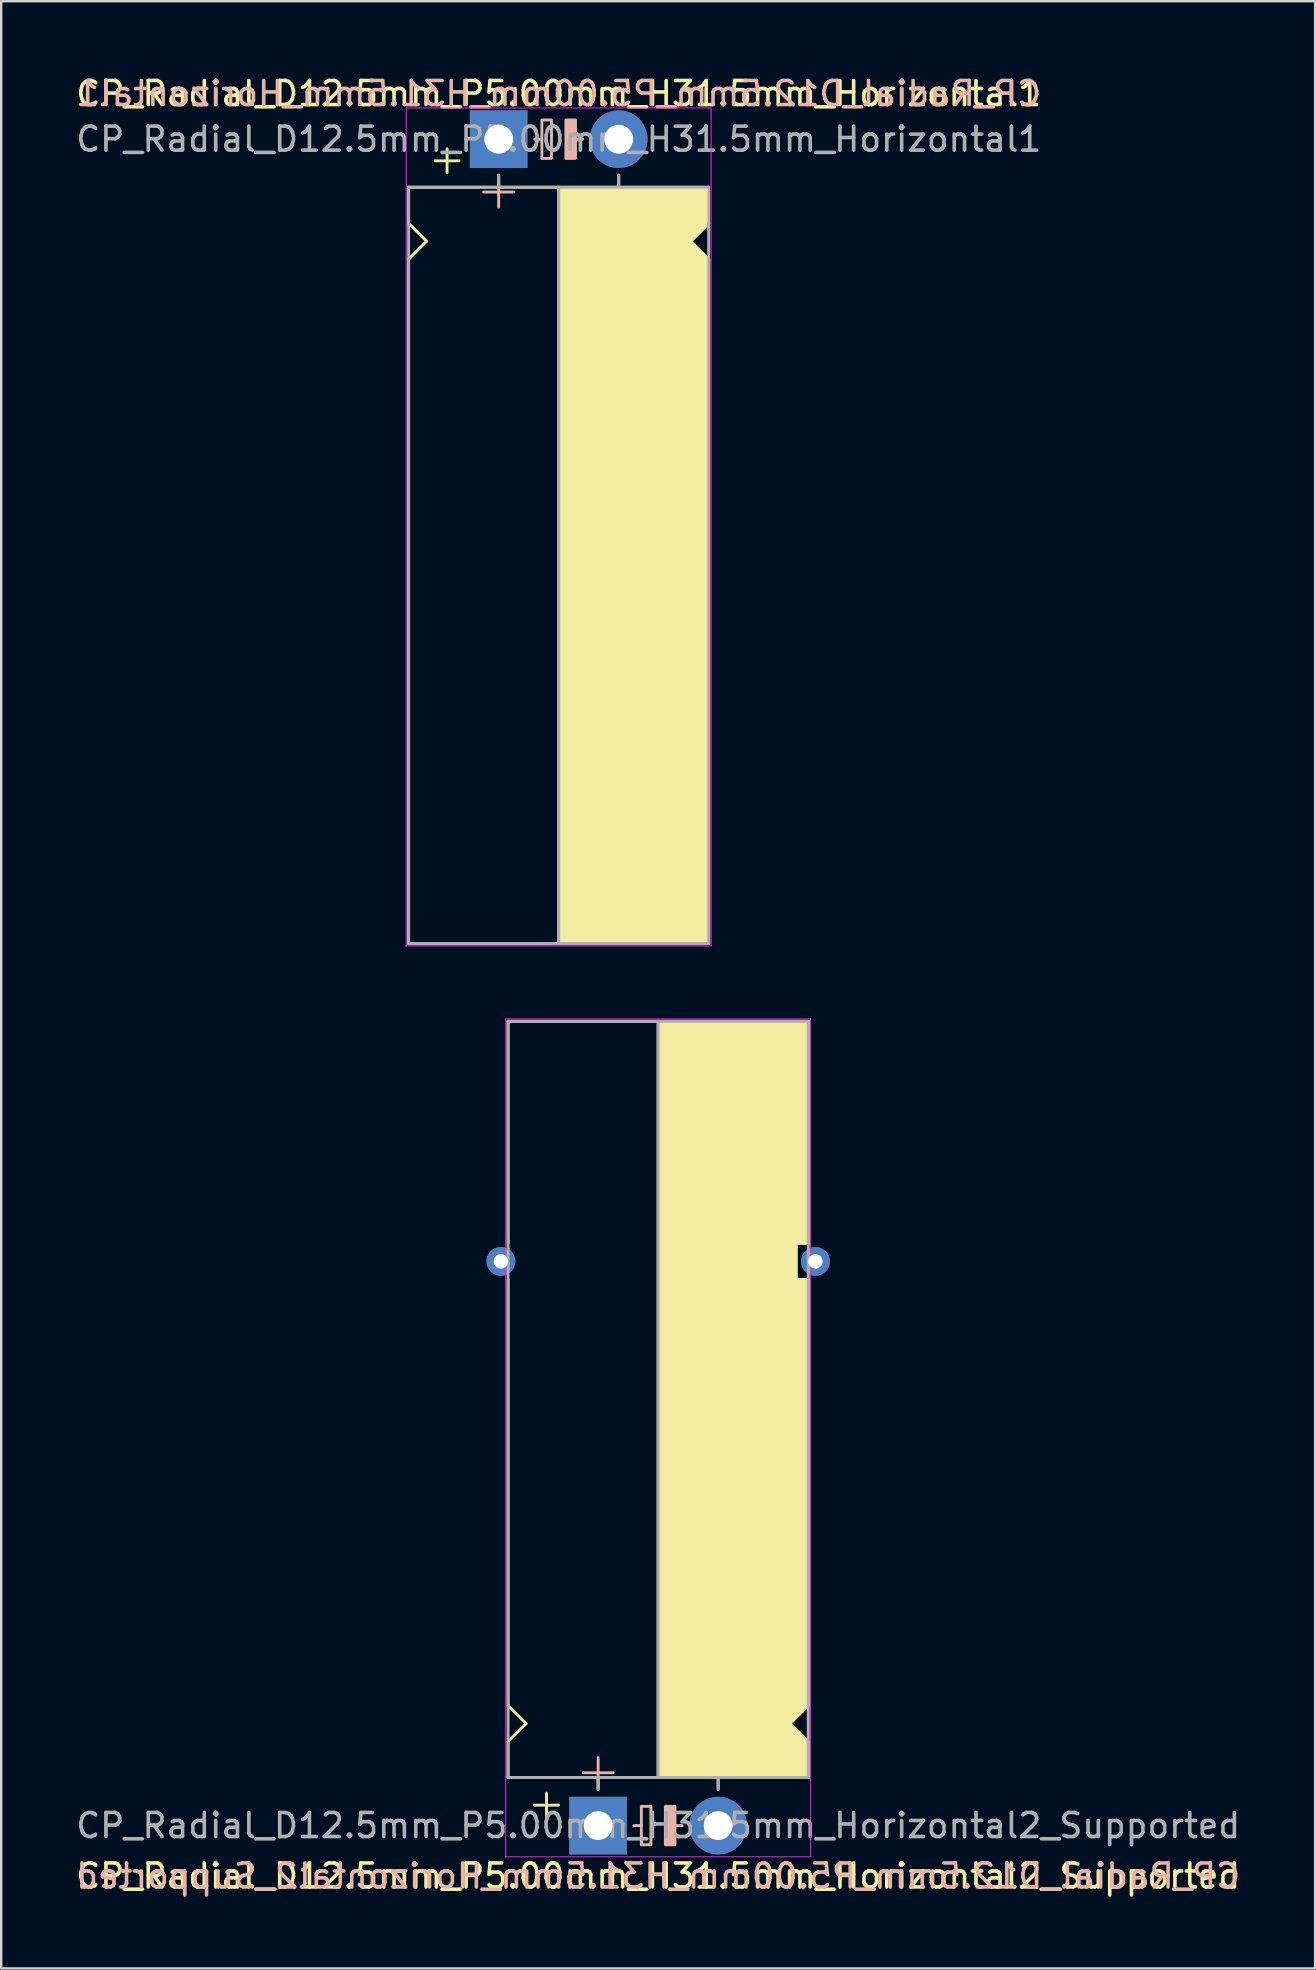
<source format=kicad_pcb>
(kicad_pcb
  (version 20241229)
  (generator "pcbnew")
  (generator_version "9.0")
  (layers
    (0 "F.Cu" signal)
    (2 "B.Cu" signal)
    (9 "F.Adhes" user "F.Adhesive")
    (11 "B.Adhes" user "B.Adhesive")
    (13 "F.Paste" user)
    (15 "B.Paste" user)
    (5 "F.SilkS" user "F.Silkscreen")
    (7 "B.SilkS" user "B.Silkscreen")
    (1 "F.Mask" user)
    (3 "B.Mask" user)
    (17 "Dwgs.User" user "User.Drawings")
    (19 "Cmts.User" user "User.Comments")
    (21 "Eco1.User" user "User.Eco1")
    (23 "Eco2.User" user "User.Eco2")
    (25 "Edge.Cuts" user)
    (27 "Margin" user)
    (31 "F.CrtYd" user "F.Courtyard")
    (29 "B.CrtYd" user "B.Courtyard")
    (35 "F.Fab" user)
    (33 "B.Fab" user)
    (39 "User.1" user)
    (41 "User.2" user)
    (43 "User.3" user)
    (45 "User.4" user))
  (footprint "CP_Radial_D12.5mm_P5.00mm_H31.5mm_Horizontal2_Supported"
    (layer "F.Cu")
    (at 21.863 72.988)
    (property "Reference" "CP_Radial_D12.5mm_P5.00mm_H31.5mm_Horizontal2_Supported" (at 2.5 2.1 180) (layer "F.SilkS") (effects (font (size 1 1) (thickness 0.15))))
    (fp_line (start -3.75 -33.5) (end -3.75 -24.25) (stroke (width 0.12) (type solid)) (layer "F.SilkS"))
    (fp_line (start -3.75 -5) (end -3.75 -22.75) (stroke (width 0.12) (type solid)) (layer "F.SilkS"))
    (fp_line (start -3.75 -3.5) (end -3 -4.25) (stroke (width 0.12) (type solid)) (layer "F.SilkS"))
    (fp_line (start -3.75 -2) (end -3.75 -3.5) (stroke (width 0.12) (type solid)) (layer "F.SilkS"))
    (fp_line (start -3 -4.25) (end -3.75 -5) (stroke (width 0.12) (type solid)) (layer "F.SilkS"))
    (fp_line (start -2.15 -1.35) (end -2.15 -0.35) (stroke (width 0.12) (type solid)) (layer "F.SilkS"))
    (fp_line (start -1.65 -0.85) (end -2.65 -0.85) (stroke (width 0.12) (type solid)) (layer "F.SilkS"))
    (fp_line (start 0 -1.5) (end 0 -2) (stroke (width 0.12) (type solid)) (layer "F.SilkS"))
    (fp_line (start 2.5 -2) (end -3.75 -2) (stroke (width 0.12) (type solid)) (layer "F.SilkS"))
    (fp_line (start 2.5 -2) (end 2.5 -33.5) (stroke (width 0.12) (type solid)) (layer "F.SilkS"))
    (fp_line (start 2.5 -2) (end 8.75 -2) (stroke (width 0.12) (type solid)) (layer "F.SilkS"))
    (fp_line (start 5 -1.5) (end 5 -2) (stroke (width 0.12) (type solid)) (layer "F.SilkS"))
    (fp_line (start 8 -4.25) (end 8.75 -5) (stroke (width 0.12) (type solid)) (layer "F.SilkS"))
    (fp_line (start 8.25 -24.25) (end 8.25 -22.75) (stroke (width 0.12) (type solid)) (layer "F.SilkS"))
    (fp_line (start 8.25 -22.75) (end 8.75 -22.75) (stroke (width 0.12) (type solid)) (layer "F.SilkS"))
    (fp_line (start 8.75 -33.5) (end -3.75 -33.5) (stroke (width 0.12) (type solid)) (layer "F.SilkS"))
    (fp_line (start 8.75 -33.5) (end 8.75 -24.25) (stroke (width 0.12) (type solid)) (layer "F.SilkS"))
    (fp_line (start 8.75 -24.25) (end 8.25 -24.25) (stroke (width 0.12) (type solid)) (layer "F.SilkS"))
    (fp_line (start 8.75 -5) (end 8.75 -22.75) (stroke (width 0.12) (type solid)) (layer "F.SilkS"))
    (fp_line (start 8.75 -3.5) (end 8 -4.25) (stroke (width 0.12) (type solid)) (layer "F.SilkS"))
    (fp_line (start 8.75 -2) (end 8.75 -3.5) (stroke (width 0.12) (type solid)) (layer "F.SilkS"))
    (fp_poly (pts (xy 8.75 -3.5) (xy 8 -4.25) (xy 8.75 -5) (xy 8.75 -22.75) (xy 8.25 -22.75) (xy 8.25 -24.25) (xy 8.75 -24.25) (xy 8.75 -33.5) (xy 2.5 -33.5) (xy 2.5 -2) (xy 8.75 -2)) (stroke (width 0.1) (type solid)) (fill yes) (layer "F.SilkS"))
    (fp_line (start 0 -2.825) (end 0 -1.575) (stroke (width 0.12) (type solid)) (layer "B.SilkS"))
    (fp_line (start 0.625 -2.2) (end -0.625 -2.2) (stroke (width 0.12) (type solid)) (layer "B.SilkS"))
    (fp_line (start 1.8 0) (end 1.5 0) (stroke (width 0.12) (type solid)) (layer "B.SilkS"))
    (fp_line (start 3.5 0) (end 3.2 0) (stroke (width 0.12) (type solid)) (layer "B.SilkS"))
    (fp_rect (start 2.2 -0.8) (end 1.8 0.8) (stroke (width 0.12) (type solid)) (fill no) (layer "B.SilkS"))
    (fp_rect (start 3.2 -0.8) (end 2.8 0.8) (stroke (width 0.12) (type solid)) (fill yes) (layer "B.SilkS"))
    (fp_line (start -3.85 -33.6) (end -3.85 1.3) (stroke (width 0.04) (type solid)) (layer "F.CrtYd"))
    (fp_line (start 8.85 -33.6) (end -3.85 -33.6) (stroke (width 0.04) (type solid)) (layer "F.CrtYd"))
    (fp_line (start 8.85 1.3) (end -3.85 1.3) (stroke (width 0.04) (type solid)) (layer "F.CrtYd"))
    (fp_line (start 8.85 1.3) (end 8.85 -33.6) (stroke (width 0.04) (type solid)) (layer "F.CrtYd"))
    (fp_line (start -3.75 -33.5) (end 8.75 -33.5) (stroke (width 0.12) (type solid)) (layer "F.Fab"))
    (fp_line (start -3.75 -2) (end -3.75 -33.5) (stroke (width 0.12) (type solid)) (layer "F.Fab"))
    (fp_line (start 0 -2) (end -3.75 -2) (stroke (width 0.12) (type solid)) (layer "F.Fab"))
    (fp_line (start 0 -1.5) (end 0 -2) (stroke (width 0.12) (type solid)) (layer "F.Fab"))
    (fp_line (start 2.5 -2) (end 2.5 -33.5) (stroke (width 0.12) (type solid)) (layer "F.Fab"))
    (fp_line (start 5 -2) (end 5 -1.5) (stroke (width 0.12) (type solid)) (layer "F.Fab"))
    (fp_line (start 8.75 -33.5) (end 8.75 -2) (stroke (width 0.12) (type solid)) (layer "F.Fab"))
    (fp_line (start 8.75 -2) (end 0 -2) (stroke (width 0.12) (type solid)) (layer "F.Fab"))
    (fp_poly (pts (xy 8.75 -33.5) (xy 2.5 -33.5) (xy 2.5 -2) (xy 8.75 -2)) (stroke (width 0.1) (type solid)) (fill no) (layer "F.Fab"))
    (fp_text user "${REFERENCE}" (at 2.5 2.1 0) (layer "B.SilkS") (effects (font (size 1 1) (thickness 0.15)) (justify mirror)))
    (fp_text user "${REFERENCE}" (at 2.5 0 0) (layer "F.Fab") (effects (font (size 1 1) (thickness 0.15))))
    (pad "1" thru_hole rect (at 0 0) (size 2.4 2.4) (drill 1.2) (layers "*.Cu" "*.Mask"))
    (pad "2" thru_hole circle (at 5 0) (size 2.4 2.4) (drill 1.2) (layers "*.Cu" "*.Mask"))
    (pad "~" thru_hole circle (at -4.05 -23.5 180) (size 1.2 1.2) (drill 0.6) (layers "*.Cu" "*.Mask"))
    (pad "~" thru_hole circle (at 9.05 -23.5 180) (size 1.2 1.2) (drill 0.6) (layers "*.Cu" "*.Mask")))
  (footprint "CP_Radial_D12.5mm_P5.00mm_H31.5mm_Horizontal1"
    (layer "F.Cu")
    (at 17.72 2.748)
    (property "Reference" "CP_Radial_D12.5mm_P5.00mm_H31.5mm_Horizontal1" (at 2.5 -1.9 180) (layer "F.SilkS") (effects (font (size 1 1) (thickness 0.15))))
    (fp_line (start -3.75 2) (end -3.75 3.5) (stroke (width 0.12) (type solid)) (layer "F.SilkS"))
    (fp_line (start -3.75 3.5) (end -3 4.25) (stroke (width 0.12) (type solid)) (layer "F.SilkS"))
    (fp_line (start -3.75 5) (end -3.75 33.5) (stroke (width 0.12) (type solid)) (layer "F.SilkS"))
    (fp_line (start -3 4.25) (end -3.75 5) (stroke (width 0.12) (type solid)) (layer "F.SilkS"))
    (fp_line (start -2.15 0.4) (end -2.15 1.4) (stroke (width 0.12) (type solid)) (layer "F.SilkS"))
    (fp_line (start -1.65 0.9) (end -2.65 0.9) (stroke (width 0.12) (type solid)) (layer "F.SilkS"))
    (fp_line (start 0 1.5) (end 0 2) (stroke (width 0.12) (type solid)) (layer "F.SilkS"))
    (fp_line (start 2.5 2) (end -3.75 2) (stroke (width 0.12) (type solid)) (layer "F.SilkS"))
    (fp_line (start 2.5 2) (end 2.5 33.5) (stroke (width 0.12) (type solid)) (layer "F.SilkS"))
    (fp_line (start 2.5 2) (end 8.75 2) (stroke (width 0.12) (type solid)) (layer "F.SilkS"))
    (fp_line (start 5 1.5) (end 5 2) (stroke (width 0.12) (type solid)) (layer "F.SilkS"))
    (fp_line (start 8 4.25) (end 8.75 5) (stroke (width 0.12) (type solid)) (layer "F.SilkS"))
    (fp_line (start 8.75 2) (end 8.75 3.5) (stroke (width 0.12) (type solid)) (layer "F.SilkS"))
    (fp_line (start 8.75 3.5) (end 8 4.25) (stroke (width 0.12) (type solid)) (layer "F.SilkS"))
    (fp_line (start 8.75 5) (end 8.75 33.5) (stroke (width 0.12) (type solid)) (layer "F.SilkS"))
    (fp_line (start 8.75 33.5) (end -3.75 33.5) (stroke (width 0.12) (type solid)) (layer "F.SilkS"))
    (fp_poly (pts (xy 8.75 3.5) (xy 8 4.25) (xy 8.75 5) (xy 8.75 33.5) (xy 2.5 33.5) (xy 2.5 2) (xy 8.75 2)) (stroke (width 0.1) (type solid)) (fill yes) (layer "F.SilkS"))
    (fp_line (start 0 1.575) (end 0 2.825) (stroke (width 0.12) (type solid)) (layer "B.SilkS"))
    (fp_line (start 0.625 2.2) (end -0.625 2.2) (stroke (width 0.12) (type solid)) (layer "B.SilkS"))
    (fp_line (start 1.8 0) (end 1.5 0) (stroke (width 0.12) (type solid)) (layer "B.SilkS"))
    (fp_line (start 3.5 0) (end 3.2 0) (stroke (width 0.12) (type solid)) (layer "B.SilkS"))
    (fp_rect (start 2.2 -0.8) (end 1.8 0.8) (stroke (width 0.12) (type solid)) (fill no) (layer "B.SilkS"))
    (fp_rect (start 3.2 -0.8) (end 2.8 0.8) (stroke (width 0.12) (type solid)) (fill yes) (layer "B.SilkS"))
    (fp_line (start -3.85 -1.3) (end 8.85 -1.3) (stroke (width 0.04) (type solid)) (layer "F.CrtYd"))
    (fp_line (start -3.85 33.6) (end -3.85 -1.3) (stroke (width 0.04) (type solid)) (layer "F.CrtYd"))
    (fp_line (start 8.85 -1.3) (end 8.85 33.6) (stroke (width 0.04) (type solid)) (layer "F.CrtYd"))
    (fp_line (start 8.85 33.6) (end -3.85 33.6) (stroke (width 0.04) (type solid)) (layer "F.CrtYd"))
    (fp_line (start -3.75 2) (end -3.75 33.5) (stroke (width 0.12) (type solid)) (layer "F.Fab"))
    (fp_line (start -3.75 33.5) (end 8.75 33.5) (stroke (width 0.12) (type solid)) (layer "F.Fab"))
    (fp_line (start 0 1.5) (end 0 2) (stroke (width 0.12) (type solid)) (layer "F.Fab"))
    (fp_line (start 0 2) (end -3.75 2) (stroke (width 0.12) (type solid)) (layer "F.Fab"))
    (fp_line (start 2.5 2) (end 2.5 33.5) (stroke (width 0.12) (type solid)) (layer "F.Fab"))
    (fp_line (start 5 2) (end 5 1.5) (stroke (width 0.12) (type solid)) (layer "F.Fab"))
    (fp_line (start 8.75 2) (end 0 2) (stroke (width 0.12) (type solid)) (layer "F.Fab"))
    (fp_line (start 8.75 33.5) (end 8.75 3.5) (stroke (width 0.12) (type solid)) (layer "F.Fab"))
    (fp_poly (pts (xy 8.75 33.5) (xy 2.5 33.5) (xy 2.5 2) (xy 8.75 2)) (stroke (width 0.1) (type solid)) (fill no) (layer "F.Fab"))
    (fp_text user "${REFERENCE}" (at 2.5 -1.9 0) (layer "B.SilkS") (effects (font (size 1 1) (thickness 0.15)) (justify mirror)))
    (fp_text user "${REFERENCE}" (at 2.5 0 0) (layer "F.Fab") (effects (font (size 1 1) (thickness 0.15))))
    (pad "1" thru_hole rect (at 0 0) (size 2.4 2.4) (drill 1.2) (layers "*.Cu" "*.Mask"))
    (pad "2" thru_hole circle (at 5 0) (size 2.4 2.4) (drill 1.2) (layers "*.Cu" "*.Mask")))
  (gr_rect
    (start -3 -3)
    (end 51.726 78.936)
    (stroke (width 0.1) (type default))
    (fill no)
    (layer "Edge.Cuts")))
</source>
